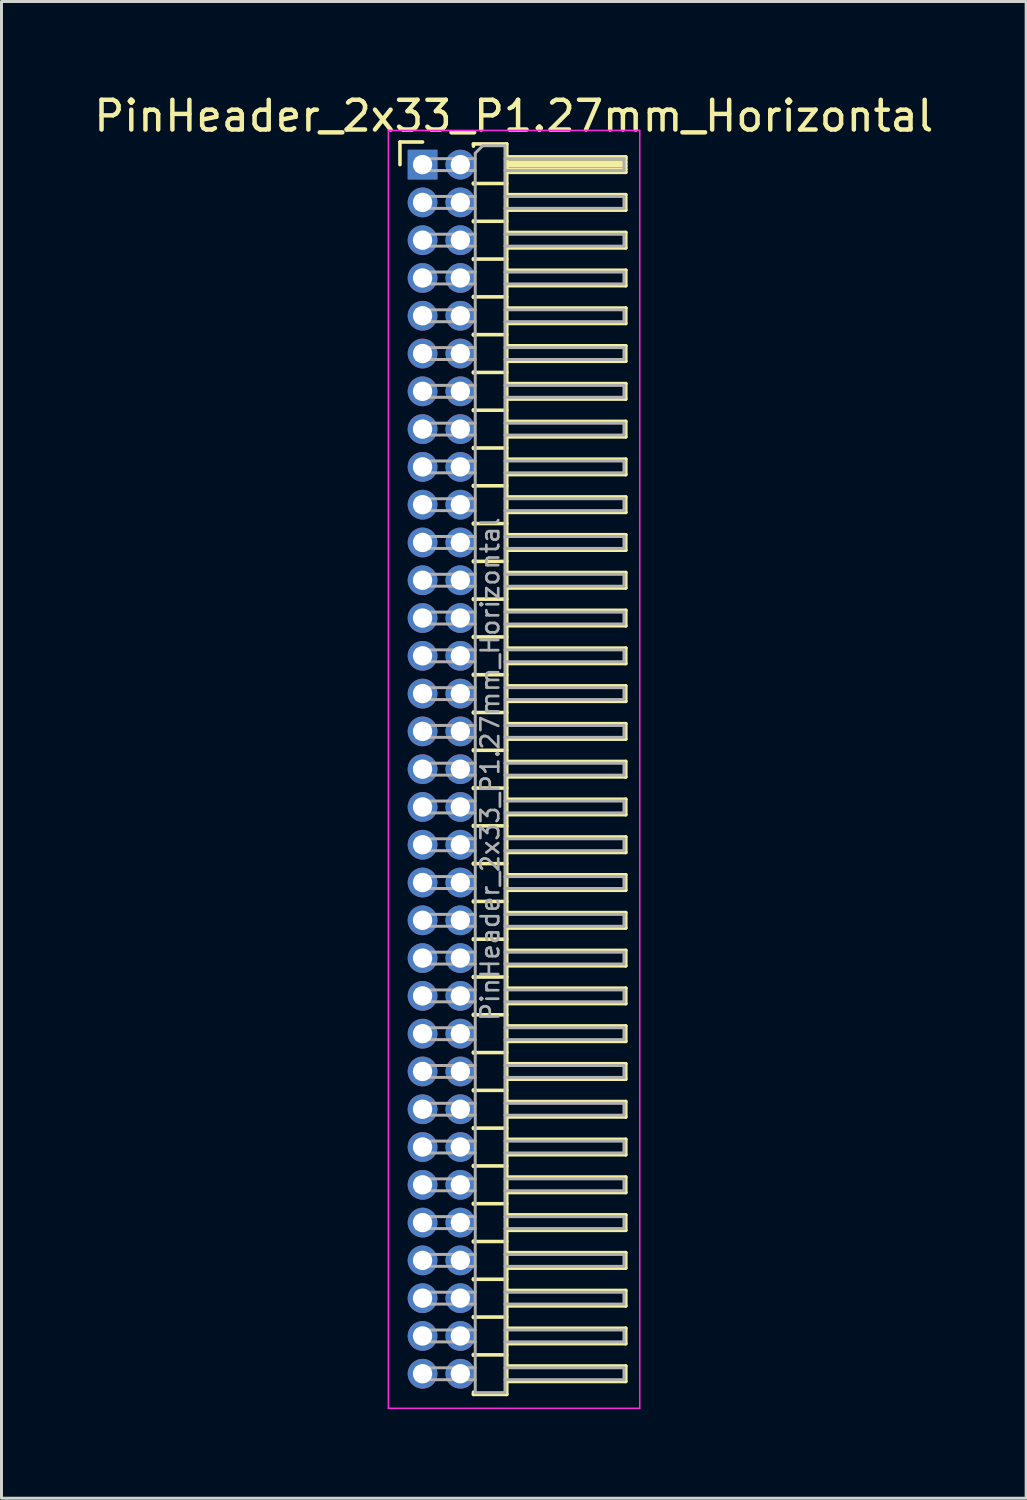
<source format=kicad_pcb>
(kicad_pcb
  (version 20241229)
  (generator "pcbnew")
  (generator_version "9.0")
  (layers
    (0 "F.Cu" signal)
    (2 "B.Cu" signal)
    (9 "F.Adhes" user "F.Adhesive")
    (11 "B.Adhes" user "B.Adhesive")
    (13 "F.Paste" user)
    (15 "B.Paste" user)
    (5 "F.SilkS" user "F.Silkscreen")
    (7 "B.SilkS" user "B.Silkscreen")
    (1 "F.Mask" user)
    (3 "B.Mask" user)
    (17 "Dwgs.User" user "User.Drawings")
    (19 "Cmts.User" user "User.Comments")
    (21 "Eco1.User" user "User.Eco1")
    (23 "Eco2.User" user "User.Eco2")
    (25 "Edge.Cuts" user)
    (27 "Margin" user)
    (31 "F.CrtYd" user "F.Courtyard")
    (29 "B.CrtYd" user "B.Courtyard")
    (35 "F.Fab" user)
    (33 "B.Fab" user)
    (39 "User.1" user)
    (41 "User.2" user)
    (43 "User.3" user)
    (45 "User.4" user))
  (footprint "PinHeader_2x33_P1.27mm_Horizontal"
    (layer "F.Cu")
    (at 11.153 2.483)
    (property "Reference" "PinHeader_2x33_P1.27mm_Horizontal" (at 3.067 -1.635 0) (layer "F.SilkS") (effects (font (size 1 1) (thickness 0.15))))
    (attr through_hole)
    (fp_line (start -0.76 -0.76) (end 0 -0.76) (stroke (width 0.12) (type solid)) (layer "F.SilkS"))
    (fp_line (start -0.76 0) (end -0.76 -0.76) (stroke (width 0.12) (type solid)) (layer "F.SilkS"))
    (fp_line (start 1.71 -0.695) (end 2.83 -0.695) (stroke (width 0.12) (type solid)) (layer "F.SilkS"))
    (fp_line (start 1.71 -0.62) (end 1.71 -0.695) (stroke (width 0.12) (type solid)) (layer "F.SilkS"))
    (fp_line (start 1.71 0.62) (end 1.71 0.65) (stroke (width 0.12) (type solid)) (layer "F.SilkS"))
    (fp_line (start 1.71 0.635) (end 2.83 0.635) (stroke (width 0.12) (type solid)) (layer "F.SilkS"))
    (fp_line (start 1.71 1.89) (end 1.71 1.92) (stroke (width 0.12) (type solid)) (layer "F.SilkS"))
    (fp_line (start 1.71 1.905) (end 2.83 1.905) (stroke (width 0.12) (type solid)) (layer "F.SilkS"))
    (fp_line (start 1.71 3.16) (end 1.71 3.19) (stroke (width 0.12) (type solid)) (layer "F.SilkS"))
    (fp_line (start 1.71 3.175) (end 2.83 3.175) (stroke (width 0.12) (type solid)) (layer "F.SilkS"))
    (fp_line (start 1.71 4.43) (end 1.71 4.46) (stroke (width 0.12) (type solid)) (layer "F.SilkS"))
    (fp_line (start 1.71 4.445) (end 2.83 4.445) (stroke (width 0.12) (type solid)) (layer "F.SilkS"))
    (fp_line (start 1.71 5.7) (end 1.71 5.73) (stroke (width 0.12) (type solid)) (layer "F.SilkS"))
    (fp_line (start 1.71 5.715) (end 2.83 5.715) (stroke (width 0.12) (type solid)) (layer "F.SilkS"))
    (fp_line (start 1.71 6.97) (end 1.71 7) (stroke (width 0.12) (type solid)) (layer "F.SilkS"))
    (fp_line (start 1.71 6.985) (end 2.83 6.985) (stroke (width 0.12) (type solid)) (layer "F.SilkS"))
    (fp_line (start 1.71 8.24) (end 1.71 8.27) (stroke (width 0.12) (type solid)) (layer "F.SilkS"))
    (fp_line (start 1.71 8.255) (end 2.83 8.255) (stroke (width 0.12) (type solid)) (layer "F.SilkS"))
    (fp_line (start 1.71 9.51) (end 1.71 9.54) (stroke (width 0.12) (type solid)) (layer "F.SilkS"))
    (fp_line (start 1.71 9.525) (end 2.83 9.525) (stroke (width 0.12) (type solid)) (layer "F.SilkS"))
    (fp_line (start 1.71 10.78) (end 1.71 10.81) (stroke (width 0.12) (type solid)) (layer "F.SilkS"))
    (fp_line (start 1.71 10.795) (end 2.83 10.795) (stroke (width 0.12) (type solid)) (layer "F.SilkS"))
    (fp_line (start 1.71 12.05) (end 1.71 12.08) (stroke (width 0.12) (type solid)) (layer "F.SilkS"))
    (fp_line (start 1.71 12.065) (end 2.83 12.065) (stroke (width 0.12) (type solid)) (layer "F.SilkS"))
    (fp_line (start 1.71 13.32) (end 1.71 13.35) (stroke (width 0.12) (type solid)) (layer "F.SilkS"))
    (fp_line (start 1.71 13.335) (end 2.83 13.335) (stroke (width 0.12) (type solid)) (layer "F.SilkS"))
    (fp_line (start 1.71 14.59) (end 1.71 14.62) (stroke (width 0.12) (type solid)) (layer "F.SilkS"))
    (fp_line (start 1.71 14.605) (end 2.83 14.605) (stroke (width 0.12) (type solid)) (layer "F.SilkS"))
    (fp_line (start 1.71 15.86) (end 1.71 15.89) (stroke (width 0.12) (type solid)) (layer "F.SilkS"))
    (fp_line (start 1.71 15.875) (end 2.83 15.875) (stroke (width 0.12) (type solid)) (layer "F.SilkS"))
    (fp_line (start 1.71 17.13) (end 1.71 17.16) (stroke (width 0.12) (type solid)) (layer "F.SilkS"))
    (fp_line (start 1.71 17.145) (end 2.83 17.145) (stroke (width 0.12) (type solid)) (layer "F.SilkS"))
    (fp_line (start 1.71 18.4) (end 1.71 18.43) (stroke (width 0.12) (type solid)) (layer "F.SilkS"))
    (fp_line (start 1.71 18.415) (end 2.83 18.415) (stroke (width 0.12) (type solid)) (layer "F.SilkS"))
    (fp_line (start 1.71 19.67) (end 1.71 19.7) (stroke (width 0.12) (type solid)) (layer "F.SilkS"))
    (fp_line (start 1.71 19.685) (end 2.83 19.685) (stroke (width 0.12) (type solid)) (layer "F.SilkS"))
    (fp_line (start 1.71 20.94) (end 1.71 20.97) (stroke (width 0.12) (type solid)) (layer "F.SilkS"))
    (fp_line (start 1.71 20.955) (end 2.83 20.955) (stroke (width 0.12) (type solid)) (layer "F.SilkS"))
    (fp_line (start 1.71 22.21) (end 1.71 22.24) (stroke (width 0.12) (type solid)) (layer "F.SilkS"))
    (fp_line (start 1.71 22.225) (end 2.83 22.225) (stroke (width 0.12) (type solid)) (layer "F.SilkS"))
    (fp_line (start 1.71 23.48) (end 1.71 23.51) (stroke (width 0.12) (type solid)) (layer "F.SilkS"))
    (fp_line (start 1.71 23.495) (end 2.83 23.495) (stroke (width 0.12) (type solid)) (layer "F.SilkS"))
    (fp_line (start 1.71 24.75) (end 1.71 24.78) (stroke (width 0.12) (type solid)) (layer "F.SilkS"))
    (fp_line (start 1.71 24.765) (end 2.83 24.765) (stroke (width 0.12) (type solid)) (layer "F.SilkS"))
    (fp_line (start 1.71 26.02) (end 1.71 26.05) (stroke (width 0.12) (type solid)) (layer "F.SilkS"))
    (fp_line (start 1.71 26.035) (end 2.83 26.035) (stroke (width 0.12) (type solid)) (layer "F.SilkS"))
    (fp_line (start 1.71 27.29) (end 1.71 27.32) (stroke (width 0.12) (type solid)) (layer "F.SilkS"))
    (fp_line (start 1.71 27.305) (end 2.83 27.305) (stroke (width 0.12) (type solid)) (layer "F.SilkS"))
    (fp_line (start 1.71 28.56) (end 1.71 28.59) (stroke (width 0.12) (type solid)) (layer "F.SilkS"))
    (fp_line (start 1.71 28.575) (end 2.83 28.575) (stroke (width 0.12) (type solid)) (layer "F.SilkS"))
    (fp_line (start 1.71 29.83) (end 1.71 29.86) (stroke (width 0.12) (type solid)) (layer "F.SilkS"))
    (fp_line (start 1.71 29.845) (end 2.83 29.845) (stroke (width 0.12) (type solid)) (layer "F.SilkS"))
    (fp_line (start 1.71 31.1) (end 1.71 31.13) (stroke (width 0.12) (type solid)) (layer "F.SilkS"))
    (fp_line (start 1.71 31.115) (end 2.83 31.115) (stroke (width 0.12) (type solid)) (layer "F.SilkS"))
    (fp_line (start 1.71 32.37) (end 1.71 32.4) (stroke (width 0.12) (type solid)) (layer "F.SilkS"))
    (fp_line (start 1.71 32.385) (end 2.83 32.385) (stroke (width 0.12) (type solid)) (layer "F.SilkS"))
    (fp_line (start 1.71 33.64) (end 1.71 33.67) (stroke (width 0.12) (type solid)) (layer "F.SilkS"))
    (fp_line (start 1.71 33.655) (end 2.83 33.655) (stroke (width 0.12) (type solid)) (layer "F.SilkS"))
    (fp_line (start 1.71 34.91) (end 1.71 34.94) (stroke (width 0.12) (type solid)) (layer "F.SilkS"))
    (fp_line (start 1.71 34.925) (end 2.83 34.925) (stroke (width 0.12) (type solid)) (layer "F.SilkS"))
    (fp_line (start 1.71 36.18) (end 1.71 36.21) (stroke (width 0.12) (type solid)) (layer "F.SilkS"))
    (fp_line (start 1.71 36.195) (end 2.83 36.195) (stroke (width 0.12) (type solid)) (layer "F.SilkS"))
    (fp_line (start 1.71 37.45) (end 1.71 37.48) (stroke (width 0.12) (type solid)) (layer "F.SilkS"))
    (fp_line (start 1.71 37.465) (end 2.83 37.465) (stroke (width 0.12) (type solid)) (layer "F.SilkS"))
    (fp_line (start 1.71 38.72) (end 1.71 38.75) (stroke (width 0.12) (type solid)) (layer "F.SilkS"))
    (fp_line (start 1.71 38.735) (end 2.83 38.735) (stroke (width 0.12) (type solid)) (layer "F.SilkS"))
    (fp_line (start 1.71 39.99) (end 1.71 40.02) (stroke (width 0.12) (type solid)) (layer "F.SilkS"))
    (fp_line (start 1.71 40.005) (end 2.83 40.005) (stroke (width 0.12) (type solid)) (layer "F.SilkS"))
    (fp_line (start 1.71 41.335) (end 1.71 41.26) (stroke (width 0.12) (type solid)) (layer "F.SilkS"))
    (fp_line (start 2.83 -0.695) (end 2.83 41.335) (stroke (width 0.12) (type solid)) (layer "F.SilkS"))
    (fp_line (start 2.83 -0.26) (end 6.83 -0.26) (stroke (width 0.12) (type solid)) (layer "F.SilkS"))
    (fp_line (start 2.83 -0.2) (end 6.83 -0.2) (stroke (width 0.12) (type solid)) (layer "F.SilkS"))
    (fp_line (start 2.83 -0.08) (end 6.83 -0.08) (stroke (width 0.12) (type solid)) (layer "F.SilkS"))
    (fp_line (start 2.83 0.04) (end 6.83 0.04) (stroke (width 0.12) (type solid)) (layer "F.SilkS"))
    (fp_line (start 2.83 0.16) (end 6.83 0.16) (stroke (width 0.12) (type solid)) (layer "F.SilkS"))
    (fp_line (start 2.83 1.01) (end 6.83 1.01) (stroke (width 0.12) (type solid)) (layer "F.SilkS"))
    (fp_line (start 2.83 2.28) (end 6.83 2.28) (stroke (width 0.12) (type solid)) (layer "F.SilkS"))
    (fp_line (start 2.83 3.55) (end 6.83 3.55) (stroke (width 0.12) (type solid)) (layer "F.SilkS"))
    (fp_line (start 2.83 4.82) (end 6.83 4.82) (stroke (width 0.12) (type solid)) (layer "F.SilkS"))
    (fp_line (start 2.83 6.09) (end 6.83 6.09) (stroke (width 0.12) (type solid)) (layer "F.SilkS"))
    (fp_line (start 2.83 7.36) (end 6.83 7.36) (stroke (width 0.12) (type solid)) (layer "F.SilkS"))
    (fp_line (start 2.83 8.63) (end 6.83 8.63) (stroke (width 0.12) (type solid)) (layer "F.SilkS"))
    (fp_line (start 2.83 9.9) (end 6.83 9.9) (stroke (width 0.12) (type solid)) (layer "F.SilkS"))
    (fp_line (start 2.83 11.17) (end 6.83 11.17) (stroke (width 0.12) (type solid)) (layer "F.SilkS"))
    (fp_line (start 2.83 12.44) (end 6.83 12.44) (stroke (width 0.12) (type solid)) (layer "F.SilkS"))
    (fp_line (start 2.83 13.71) (end 6.83 13.71) (stroke (width 0.12) (type solid)) (layer "F.SilkS"))
    (fp_line (start 2.83 14.98) (end 6.83 14.98) (stroke (width 0.12) (type solid)) (layer "F.SilkS"))
    (fp_line (start 2.83 16.25) (end 6.83 16.25) (stroke (width 0.12) (type solid)) (layer "F.SilkS"))
    (fp_line (start 2.83 17.52) (end 6.83 17.52) (stroke (width 0.12) (type solid)) (layer "F.SilkS"))
    (fp_line (start 2.83 18.79) (end 6.83 18.79) (stroke (width 0.12) (type solid)) (layer "F.SilkS"))
    (fp_line (start 2.83 20.06) (end 6.83 20.06) (stroke (width 0.12) (type solid)) (layer "F.SilkS"))
    (fp_line (start 2.83 21.33) (end 6.83 21.33) (stroke (width 0.12) (type solid)) (layer "F.SilkS"))
    (fp_line (start 2.83 22.6) (end 6.83 22.6) (stroke (width 0.12) (type solid)) (layer "F.SilkS"))
    (fp_line (start 2.83 23.87) (end 6.83 23.87) (stroke (width 0.12) (type solid)) (layer "F.SilkS"))
    (fp_line (start 2.83 25.14) (end 6.83 25.14) (stroke (width 0.12) (type solid)) (layer "F.SilkS"))
    (fp_line (start 2.83 26.41) (end 6.83 26.41) (stroke (width 0.12) (type solid)) (layer "F.SilkS"))
    (fp_line (start 2.83 27.68) (end 6.83 27.68) (stroke (width 0.12) (type solid)) (layer "F.SilkS"))
    (fp_line (start 2.83 28.95) (end 6.83 28.95) (stroke (width 0.12) (type solid)) (layer "F.SilkS"))
    (fp_line (start 2.83 30.22) (end 6.83 30.22) (stroke (width 0.12) (type solid)) (layer "F.SilkS"))
    (fp_line (start 2.83 31.49) (end 6.83 31.49) (stroke (width 0.12) (type solid)) (layer "F.SilkS"))
    (fp_line (start 2.83 32.76) (end 6.83 32.76) (stroke (width 0.12) (type solid)) (layer "F.SilkS"))
    (fp_line (start 2.83 34.03) (end 6.83 34.03) (stroke (width 0.12) (type solid)) (layer "F.SilkS"))
    (fp_line (start 2.83 35.3) (end 6.83 35.3) (stroke (width 0.12) (type solid)) (layer "F.SilkS"))
    (fp_line (start 2.83 36.57) (end 6.83 36.57) (stroke (width 0.12) (type solid)) (layer "F.SilkS"))
    (fp_line (start 2.83 37.84) (end 6.83 37.84) (stroke (width 0.12) (type solid)) (layer "F.SilkS"))
    (fp_line (start 2.83 39.11) (end 6.83 39.11) (stroke (width 0.12) (type solid)) (layer "F.SilkS"))
    (fp_line (start 2.83 40.38) (end 6.83 40.38) (stroke (width 0.12) (type solid)) (layer "F.SilkS"))
    (fp_line (start 2.83 41.335) (end 1.71 41.335) (stroke (width 0.12) (type solid)) (layer "F.SilkS"))
    (fp_line (start 6.83 -0.26) (end 6.83 0.26) (stroke (width 0.12) (type solid)) (layer "F.SilkS"))
    (fp_line (start 6.83 0.26) (end 2.83 0.26) (stroke (width 0.12) (type solid)) (layer "F.SilkS"))
    (fp_line (start 6.83 1.01) (end 6.83 1.53) (stroke (width 0.12) (type solid)) (layer "F.SilkS"))
    (fp_line (start 6.83 1.53) (end 2.83 1.53) (stroke (width 0.12) (type solid)) (layer "F.SilkS"))
    (fp_line (start 6.83 2.28) (end 6.83 2.8) (stroke (width 0.12) (type solid)) (layer "F.SilkS"))
    (fp_line (start 6.83 2.8) (end 2.83 2.8) (stroke (width 0.12) (type solid)) (layer "F.SilkS"))
    (fp_line (start 6.83 3.55) (end 6.83 4.07) (stroke (width 0.12) (type solid)) (layer "F.SilkS"))
    (fp_line (start 6.83 4.07) (end 2.83 4.07) (stroke (width 0.12) (type solid)) (layer "F.SilkS"))
    (fp_line (start 6.83 4.82) (end 6.83 5.34) (stroke (width 0.12) (type solid)) (layer "F.SilkS"))
    (fp_line (start 6.83 5.34) (end 2.83 5.34) (stroke (width 0.12) (type solid)) (layer "F.SilkS"))
    (fp_line (start 6.83 6.09) (end 6.83 6.61) (stroke (width 0.12) (type solid)) (layer "F.SilkS"))
    (fp_line (start 6.83 6.61) (end 2.83 6.61) (stroke (width 0.12) (type solid)) (layer "F.SilkS"))
    (fp_line (start 6.83 7.36) (end 6.83 7.88) (stroke (width 0.12) (type solid)) (layer "F.SilkS"))
    (fp_line (start 6.83 7.88) (end 2.83 7.88) (stroke (width 0.12) (type solid)) (layer "F.SilkS"))
    (fp_line (start 6.83 8.63) (end 6.83 9.15) (stroke (width 0.12) (type solid)) (layer "F.SilkS"))
    (fp_line (start 6.83 9.15) (end 2.83 9.15) (stroke (width 0.12) (type solid)) (layer "F.SilkS"))
    (fp_line (start 6.83 9.9) (end 6.83 10.42) (stroke (width 0.12) (type solid)) (layer "F.SilkS"))
    (fp_line (start 6.83 10.42) (end 2.83 10.42) (stroke (width 0.12) (type solid)) (layer "F.SilkS"))
    (fp_line (start 6.83 11.17) (end 6.83 11.69) (stroke (width 0.12) (type solid)) (layer "F.SilkS"))
    (fp_line (start 6.83 11.69) (end 2.83 11.69) (stroke (width 0.12) (type solid)) (layer "F.SilkS"))
    (fp_line (start 6.83 12.44) (end 6.83 12.96) (stroke (width 0.12) (type solid)) (layer "F.SilkS"))
    (fp_line (start 6.83 12.96) (end 2.83 12.96) (stroke (width 0.12) (type solid)) (layer "F.SilkS"))
    (fp_line (start 6.83 13.71) (end 6.83 14.23) (stroke (width 0.12) (type solid)) (layer "F.SilkS"))
    (fp_line (start 6.83 14.23) (end 2.83 14.23) (stroke (width 0.12) (type solid)) (layer "F.SilkS"))
    (fp_line (start 6.83 14.98) (end 6.83 15.5) (stroke (width 0.12) (type solid)) (layer "F.SilkS"))
    (fp_line (start 6.83 15.5) (end 2.83 15.5) (stroke (width 0.12) (type solid)) (layer "F.SilkS"))
    (fp_line (start 6.83 16.25) (end 6.83 16.77) (stroke (width 0.12) (type solid)) (layer "F.SilkS"))
    (fp_line (start 6.83 16.77) (end 2.83 16.77) (stroke (width 0.12) (type solid)) (layer "F.SilkS"))
    (fp_line (start 6.83 17.52) (end 6.83 18.04) (stroke (width 0.12) (type solid)) (layer "F.SilkS"))
    (fp_line (start 6.83 18.04) (end 2.83 18.04) (stroke (width 0.12) (type solid)) (layer "F.SilkS"))
    (fp_line (start 6.83 18.79) (end 6.83 19.31) (stroke (width 0.12) (type solid)) (layer "F.SilkS"))
    (fp_line (start 6.83 19.31) (end 2.83 19.31) (stroke (width 0.12) (type solid)) (layer "F.SilkS"))
    (fp_line (start 6.83 20.06) (end 6.83 20.58) (stroke (width 0.12) (type solid)) (layer "F.SilkS"))
    (fp_line (start 6.83 20.58) (end 2.83 20.58) (stroke (width 0.12) (type solid)) (layer "F.SilkS"))
    (fp_line (start 6.83 21.33) (end 6.83 21.85) (stroke (width 0.12) (type solid)) (layer "F.SilkS"))
    (fp_line (start 6.83 21.85) (end 2.83 21.85) (stroke (width 0.12) (type solid)) (layer "F.SilkS"))
    (fp_line (start 6.83 22.6) (end 6.83 23.12) (stroke (width 0.12) (type solid)) (layer "F.SilkS"))
    (fp_line (start 6.83 23.12) (end 2.83 23.12) (stroke (width 0.12) (type solid)) (layer "F.SilkS"))
    (fp_line (start 6.83 23.87) (end 6.83 24.39) (stroke (width 0.12) (type solid)) (layer "F.SilkS"))
    (fp_line (start 6.83 24.39) (end 2.83 24.39) (stroke (width 0.12) (type solid)) (layer "F.SilkS"))
    (fp_line (start 6.83 25.14) (end 6.83 25.66) (stroke (width 0.12) (type solid)) (layer "F.SilkS"))
    (fp_line (start 6.83 25.66) (end 2.83 25.66) (stroke (width 0.12) (type solid)) (layer "F.SilkS"))
    (fp_line (start 6.83 26.41) (end 6.83 26.93) (stroke (width 0.12) (type solid)) (layer "F.SilkS"))
    (fp_line (start 6.83 26.93) (end 2.83 26.93) (stroke (width 0.12) (type solid)) (layer "F.SilkS"))
    (fp_line (start 6.83 27.68) (end 6.83 28.2) (stroke (width 0.12) (type solid)) (layer "F.SilkS"))
    (fp_line (start 6.83 28.2) (end 2.83 28.2) (stroke (width 0.12) (type solid)) (layer "F.SilkS"))
    (fp_line (start 6.83 28.95) (end 6.83 29.47) (stroke (width 0.12) (type solid)) (layer "F.SilkS"))
    (fp_line (start 6.83 29.47) (end 2.83 29.47) (stroke (width 0.12) (type solid)) (layer "F.SilkS"))
    (fp_line (start 6.83 30.22) (end 6.83 30.74) (stroke (width 0.12) (type solid)) (layer "F.SilkS"))
    (fp_line (start 6.83 30.74) (end 2.83 30.74) (stroke (width 0.12) (type solid)) (layer "F.SilkS"))
    (fp_line (start 6.83 31.49) (end 6.83 32.01) (stroke (width 0.12) (type solid)) (layer "F.SilkS"))
    (fp_line (start 6.83 32.01) (end 2.83 32.01) (stroke (width 0.12) (type solid)) (layer "F.SilkS"))
    (fp_line (start 6.83 32.76) (end 6.83 33.28) (stroke (width 0.12) (type solid)) (layer "F.SilkS"))
    (fp_line (start 6.83 33.28) (end 2.83 33.28) (stroke (width 0.12) (type solid)) (layer "F.SilkS"))
    (fp_line (start 6.83 34.03) (end 6.83 34.55) (stroke (width 0.12) (type solid)) (layer "F.SilkS"))
    (fp_line (start 6.83 34.55) (end 2.83 34.55) (stroke (width 0.12) (type solid)) (layer "F.SilkS"))
    (fp_line (start 6.83 35.3) (end 6.83 35.82) (stroke (width 0.12) (type solid)) (layer "F.SilkS"))
    (fp_line (start 6.83 35.82) (end 2.83 35.82) (stroke (width 0.12) (type solid)) (layer "F.SilkS"))
    (fp_line (start 6.83 36.57) (end 6.83 37.09) (stroke (width 0.12) (type solid)) (layer "F.SilkS"))
    (fp_line (start 6.83 37.09) (end 2.83 37.09) (stroke (width 0.12) (type solid)) (layer "F.SilkS"))
    (fp_line (start 6.83 37.84) (end 6.83 38.36) (stroke (width 0.12) (type solid)) (layer "F.SilkS"))
    (fp_line (start 6.83 38.36) (end 2.83 38.36) (stroke (width 0.12) (type solid)) (layer "F.SilkS"))
    (fp_line (start 6.83 39.11) (end 6.83 39.63) (stroke (width 0.12) (type solid)) (layer "F.SilkS"))
    (fp_line (start 6.83 39.63) (end 2.83 39.63) (stroke (width 0.12) (type solid)) (layer "F.SilkS"))
    (fp_line (start 6.83 40.38) (end 6.83 40.9) (stroke (width 0.12) (type solid)) (layer "F.SilkS"))
    (fp_line (start 6.83 40.9) (end 2.83 40.9) (stroke (width 0.12) (type solid)) (layer "F.SilkS"))
    (fp_line (start -1.15 -1.15) (end -1.15 41.8) (stroke (width 0.05) (type solid)) (layer "F.CrtYd"))
    (fp_line (start -1.15 41.8) (end 7.3 41.8) (stroke (width 0.05) (type solid)) (layer "F.CrtYd"))
    (fp_line (start 7.3 -1.15) (end -1.15 -1.15) (stroke (width 0.05) (type solid)) (layer "F.CrtYd"))
    (fp_line (start 7.3 41.8) (end 7.3 -1.15) (stroke (width 0.05) (type solid)) (layer "F.CrtYd"))
    (fp_line (start -0.2 -0.2) (end -0.2 0.2) (stroke (width 0.1) (type solid)) (layer "F.Fab"))
    (fp_line (start -0.2 -0.2) (end 1.77 -0.2) (stroke (width 0.1) (type solid)) (layer "F.Fab"))
    (fp_line (start -0.2 0.2) (end 1.77 0.2) (stroke (width 0.1) (type solid)) (layer "F.Fab"))
    (fp_line (start -0.2 1.07) (end -0.2 1.47) (stroke (width 0.1) (type solid)) (layer "F.Fab"))
    (fp_line (start -0.2 1.07) (end 1.77 1.07) (stroke (width 0.1) (type solid)) (layer "F.Fab"))
    (fp_line (start -0.2 1.47) (end 1.77 1.47) (stroke (width 0.1) (type solid)) (layer "F.Fab"))
    (fp_line (start -0.2 2.34) (end -0.2 2.74) (stroke (width 0.1) (type solid)) (layer "F.Fab"))
    (fp_line (start -0.2 2.34) (end 1.77 2.34) (stroke (width 0.1) (type solid)) (layer "F.Fab"))
    (fp_line (start -0.2 2.74) (end 1.77 2.74) (stroke (width 0.1) (type solid)) (layer "F.Fab"))
    (fp_line (start -0.2 3.61) (end -0.2 4.01) (stroke (width 0.1) (type solid)) (layer "F.Fab"))
    (fp_line (start -0.2 3.61) (end 1.77 3.61) (stroke (width 0.1) (type solid)) (layer "F.Fab"))
    (fp_line (start -0.2 4.01) (end 1.77 4.01) (stroke (width 0.1) (type solid)) (layer "F.Fab"))
    (fp_line (start -0.2 4.88) (end -0.2 5.28) (stroke (width 0.1) (type solid)) (layer "F.Fab"))
    (fp_line (start -0.2 4.88) (end 1.77 4.88) (stroke (width 0.1) (type solid)) (layer "F.Fab"))
    (fp_line (start -0.2 5.28) (end 1.77 5.28) (stroke (width 0.1) (type solid)) (layer "F.Fab"))
    (fp_line (start -0.2 6.15) (end -0.2 6.55) (stroke (width 0.1) (type solid)) (layer "F.Fab"))
    (fp_line (start -0.2 6.15) (end 1.77 6.15) (stroke (width 0.1) (type solid)) (layer "F.Fab"))
    (fp_line (start -0.2 6.55) (end 1.77 6.55) (stroke (width 0.1) (type solid)) (layer "F.Fab"))
    (fp_line (start -0.2 7.42) (end -0.2 7.82) (stroke (width 0.1) (type solid)) (layer "F.Fab"))
    (fp_line (start -0.2 7.42) (end 1.77 7.42) (stroke (width 0.1) (type solid)) (layer "F.Fab"))
    (fp_line (start -0.2 7.82) (end 1.77 7.82) (stroke (width 0.1) (type solid)) (layer "F.Fab"))
    (fp_line (start -0.2 8.69) (end -0.2 9.09) (stroke (width 0.1) (type solid)) (layer "F.Fab"))
    (fp_line (start -0.2 8.69) (end 1.77 8.69) (stroke (width 0.1) (type solid)) (layer "F.Fab"))
    (fp_line (start -0.2 9.09) (end 1.77 9.09) (stroke (width 0.1) (type solid)) (layer "F.Fab"))
    (fp_line (start -0.2 9.96) (end -0.2 10.36) (stroke (width 0.1) (type solid)) (layer "F.Fab"))
    (fp_line (start -0.2 9.96) (end 1.77 9.96) (stroke (width 0.1) (type solid)) (layer "F.Fab"))
    (fp_line (start -0.2 10.36) (end 1.77 10.36) (stroke (width 0.1) (type solid)) (layer "F.Fab"))
    (fp_line (start -0.2 11.23) (end -0.2 11.63) (stroke (width 0.1) (type solid)) (layer "F.Fab"))
    (fp_line (start -0.2 11.23) (end 1.77 11.23) (stroke (width 0.1) (type solid)) (layer "F.Fab"))
    (fp_line (start -0.2 11.63) (end 1.77 11.63) (stroke (width 0.1) (type solid)) (layer "F.Fab"))
    (fp_line (start -0.2 12.5) (end -0.2 12.9) (stroke (width 0.1) (type solid)) (layer "F.Fab"))
    (fp_line (start -0.2 12.5) (end 1.77 12.5) (stroke (width 0.1) (type solid)) (layer "F.Fab"))
    (fp_line (start -0.2 12.9) (end 1.77 12.9) (stroke (width 0.1) (type solid)) (layer "F.Fab"))
    (fp_line (start -0.2 13.77) (end -0.2 14.17) (stroke (width 0.1) (type solid)) (layer "F.Fab"))
    (fp_line (start -0.2 13.77) (end 1.77 13.77) (stroke (width 0.1) (type solid)) (layer "F.Fab"))
    (fp_line (start -0.2 14.17) (end 1.77 14.17) (stroke (width 0.1) (type solid)) (layer "F.Fab"))
    (fp_line (start -0.2 15.04) (end -0.2 15.44) (stroke (width 0.1) (type solid)) (layer "F.Fab"))
    (fp_line (start -0.2 15.04) (end 1.77 15.04) (stroke (width 0.1) (type solid)) (layer "F.Fab"))
    (fp_line (start -0.2 15.44) (end 1.77 15.44) (stroke (width 0.1) (type solid)) (layer "F.Fab"))
    (fp_line (start -0.2 16.31) (end -0.2 16.71) (stroke (width 0.1) (type solid)) (layer "F.Fab"))
    (fp_line (start -0.2 16.31) (end 1.77 16.31) (stroke (width 0.1) (type solid)) (layer "F.Fab"))
    (fp_line (start -0.2 16.71) (end 1.77 16.71) (stroke (width 0.1) (type solid)) (layer "F.Fab"))
    (fp_line (start -0.2 17.58) (end -0.2 17.98) (stroke (width 0.1) (type solid)) (layer "F.Fab"))
    (fp_line (start -0.2 17.58) (end 1.77 17.58) (stroke (width 0.1) (type solid)) (layer "F.Fab"))
    (fp_line (start -0.2 17.98) (end 1.77 17.98) (stroke (width 0.1) (type solid)) (layer "F.Fab"))
    (fp_line (start -0.2 18.85) (end -0.2 19.25) (stroke (width 0.1) (type solid)) (layer "F.Fab"))
    (fp_line (start -0.2 18.85) (end 1.77 18.85) (stroke (width 0.1) (type solid)) (layer "F.Fab"))
    (fp_line (start -0.2 19.25) (end 1.77 19.25) (stroke (width 0.1) (type solid)) (layer "F.Fab"))
    (fp_line (start -0.2 20.12) (end -0.2 20.52) (stroke (width 0.1) (type solid)) (layer "F.Fab"))
    (fp_line (start -0.2 20.12) (end 1.77 20.12) (stroke (width 0.1) (type solid)) (layer "F.Fab"))
    (fp_line (start -0.2 20.52) (end 1.77 20.52) (stroke (width 0.1) (type solid)) (layer "F.Fab"))
    (fp_line (start -0.2 21.39) (end -0.2 21.79) (stroke (width 0.1) (type solid)) (layer "F.Fab"))
    (fp_line (start -0.2 21.39) (end 1.77 21.39) (stroke (width 0.1) (type solid)) (layer "F.Fab"))
    (fp_line (start -0.2 21.79) (end 1.77 21.79) (stroke (width 0.1) (type solid)) (layer "F.Fab"))
    (fp_line (start -0.2 22.66) (end -0.2 23.06) (stroke (width 0.1) (type solid)) (layer "F.Fab"))
    (fp_line (start -0.2 22.66) (end 1.77 22.66) (stroke (width 0.1) (type solid)) (layer "F.Fab"))
    (fp_line (start -0.2 23.06) (end 1.77 23.06) (stroke (width 0.1) (type solid)) (layer "F.Fab"))
    (fp_line (start -0.2 23.93) (end -0.2 24.33) (stroke (width 0.1) (type solid)) (layer "F.Fab"))
    (fp_line (start -0.2 23.93) (end 1.77 23.93) (stroke (width 0.1) (type solid)) (layer "F.Fab"))
    (fp_line (start -0.2 24.33) (end 1.77 24.33) (stroke (width 0.1) (type solid)) (layer "F.Fab"))
    (fp_line (start -0.2 25.2) (end -0.2 25.6) (stroke (width 0.1) (type solid)) (layer "F.Fab"))
    (fp_line (start -0.2 25.2) (end 1.77 25.2) (stroke (width 0.1) (type solid)) (layer "F.Fab"))
    (fp_line (start -0.2 25.6) (end 1.77 25.6) (stroke (width 0.1) (type solid)) (layer "F.Fab"))
    (fp_line (start -0.2 26.47) (end -0.2 26.87) (stroke (width 0.1) (type solid)) (layer "F.Fab"))
    (fp_line (start -0.2 26.47) (end 1.77 26.47) (stroke (width 0.1) (type solid)) (layer "F.Fab"))
    (fp_line (start -0.2 26.87) (end 1.77 26.87) (stroke (width 0.1) (type solid)) (layer "F.Fab"))
    (fp_line (start -0.2 27.74) (end -0.2 28.14) (stroke (width 0.1) (type solid)) (layer "F.Fab"))
    (fp_line (start -0.2 27.74) (end 1.77 27.74) (stroke (width 0.1) (type solid)) (layer "F.Fab"))
    (fp_line (start -0.2 28.14) (end 1.77 28.14) (stroke (width 0.1) (type solid)) (layer "F.Fab"))
    (fp_line (start -0.2 29.01) (end -0.2 29.41) (stroke (width 0.1) (type solid)) (layer "F.Fab"))
    (fp_line (start -0.2 29.01) (end 1.77 29.01) (stroke (width 0.1) (type solid)) (layer "F.Fab"))
    (fp_line (start -0.2 29.41) (end 1.77 29.41) (stroke (width 0.1) (type solid)) (layer "F.Fab"))
    (fp_line (start -0.2 30.28) (end -0.2 30.68) (stroke (width 0.1) (type solid)) (layer "F.Fab"))
    (fp_line (start -0.2 30.28) (end 1.77 30.28) (stroke (width 0.1) (type solid)) (layer "F.Fab"))
    (fp_line (start -0.2 30.68) (end 1.77 30.68) (stroke (width 0.1) (type solid)) (layer "F.Fab"))
    (fp_line (start -0.2 31.55) (end -0.2 31.95) (stroke (width 0.1) (type solid)) (layer "F.Fab"))
    (fp_line (start -0.2 31.55) (end 1.77 31.55) (stroke (width 0.1) (type solid)) (layer "F.Fab"))
    (fp_line (start -0.2 31.95) (end 1.77 31.95) (stroke (width 0.1) (type solid)) (layer "F.Fab"))
    (fp_line (start -0.2 32.82) (end -0.2 33.22) (stroke (width 0.1) (type solid)) (layer "F.Fab"))
    (fp_line (start -0.2 32.82) (end 1.77 32.82) (stroke (width 0.1) (type solid)) (layer "F.Fab"))
    (fp_line (start -0.2 33.22) (end 1.77 33.22) (stroke (width 0.1) (type solid)) (layer "F.Fab"))
    (fp_line (start -0.2 34.09) (end -0.2 34.49) (stroke (width 0.1) (type solid)) (layer "F.Fab"))
    (fp_line (start -0.2 34.09) (end 1.77 34.09) (stroke (width 0.1) (type solid)) (layer "F.Fab"))
    (fp_line (start -0.2 34.49) (end 1.77 34.49) (stroke (width 0.1) (type solid)) (layer "F.Fab"))
    (fp_line (start -0.2 35.36) (end -0.2 35.76) (stroke (width 0.1) (type solid)) (layer "F.Fab"))
    (fp_line (start -0.2 35.36) (end 1.77 35.36) (stroke (width 0.1) (type solid)) (layer "F.Fab"))
    (fp_line (start -0.2 35.76) (end 1.77 35.76) (stroke (width 0.1) (type solid)) (layer "F.Fab"))
    (fp_line (start -0.2 36.63) (end -0.2 37.03) (stroke (width 0.1) (type solid)) (layer "F.Fab"))
    (fp_line (start -0.2 36.63) (end 1.77 36.63) (stroke (width 0.1) (type solid)) (layer "F.Fab"))
    (fp_line (start -0.2 37.03) (end 1.77 37.03) (stroke (width 0.1) (type solid)) (layer "F.Fab"))
    (fp_line (start -0.2 37.9) (end -0.2 38.3) (stroke (width 0.1) (type solid)) (layer "F.Fab"))
    (fp_line (start -0.2 37.9) (end 1.77 37.9) (stroke (width 0.1) (type solid)) (layer "F.Fab"))
    (fp_line (start -0.2 38.3) (end 1.77 38.3) (stroke (width 0.1) (type solid)) (layer "F.Fab"))
    (fp_line (start -0.2 39.17) (end -0.2 39.57) (stroke (width 0.1) (type solid)) (layer "F.Fab"))
    (fp_line (start -0.2 39.17) (end 1.77 39.17) (stroke (width 0.1) (type solid)) (layer "F.Fab"))
    (fp_line (start -0.2 39.57) (end 1.77 39.57) (stroke (width 0.1) (type solid)) (layer "F.Fab"))
    (fp_line (start -0.2 40.44) (end -0.2 40.84) (stroke (width 0.1) (type solid)) (layer "F.Fab"))
    (fp_line (start -0.2 40.44) (end 1.77 40.44) (stroke (width 0.1) (type solid)) (layer "F.Fab"))
    (fp_line (start -0.2 40.84) (end 1.77 40.84) (stroke (width 0.1) (type solid)) (layer "F.Fab"))
    (fp_line (start 1.77 -0.385) (end 2.02 -0.635) (stroke (width 0.1) (type solid)) (layer "F.Fab"))
    (fp_line (start 1.77 41.275) (end 1.77 -0.385) (stroke (width 0.1) (type solid)) (layer "F.Fab"))
    (fp_line (start 2.02 -0.635) (end 2.77 -0.635) (stroke (width 0.1) (type solid)) (layer "F.Fab"))
    (fp_line (start 2.77 -0.635) (end 2.77 41.275) (stroke (width 0.1) (type solid)) (layer "F.Fab"))
    (fp_line (start 2.77 -0.2) (end 6.77 -0.2) (stroke (width 0.1) (type solid)) (layer "F.Fab"))
    (fp_line (start 2.77 0.2) (end 6.77 0.2) (stroke (width 0.1) (type solid)) (layer "F.Fab"))
    (fp_line (start 2.77 1.07) (end 6.77 1.07) (stroke (width 0.1) (type solid)) (layer "F.Fab"))
    (fp_line (start 2.77 1.47) (end 6.77 1.47) (stroke (width 0.1) (type solid)) (layer "F.Fab"))
    (fp_line (start 2.77 2.34) (end 6.77 2.34) (stroke (width 0.1) (type solid)) (layer "F.Fab"))
    (fp_line (start 2.77 2.74) (end 6.77 2.74) (stroke (width 0.1) (type solid)) (layer "F.Fab"))
    (fp_line (start 2.77 3.61) (end 6.77 3.61) (stroke (width 0.1) (type solid)) (layer "F.Fab"))
    (fp_line (start 2.77 4.01) (end 6.77 4.01) (stroke (width 0.1) (type solid)) (layer "F.Fab"))
    (fp_line (start 2.77 4.88) (end 6.77 4.88) (stroke (width 0.1) (type solid)) (layer "F.Fab"))
    (fp_line (start 2.77 5.28) (end 6.77 5.28) (stroke (width 0.1) (type solid)) (layer "F.Fab"))
    (fp_line (start 2.77 6.15) (end 6.77 6.15) (stroke (width 0.1) (type solid)) (layer "F.Fab"))
    (fp_line (start 2.77 6.55) (end 6.77 6.55) (stroke (width 0.1) (type solid)) (layer "F.Fab"))
    (fp_line (start 2.77 7.42) (end 6.77 7.42) (stroke (width 0.1) (type solid)) (layer "F.Fab"))
    (fp_line (start 2.77 7.82) (end 6.77 7.82) (stroke (width 0.1) (type solid)) (layer "F.Fab"))
    (fp_line (start 2.77 8.69) (end 6.77 8.69) (stroke (width 0.1) (type solid)) (layer "F.Fab"))
    (fp_line (start 2.77 9.09) (end 6.77 9.09) (stroke (width 0.1) (type solid)) (layer "F.Fab"))
    (fp_line (start 2.77 9.96) (end 6.77 9.96) (stroke (width 0.1) (type solid)) (layer "F.Fab"))
    (fp_line (start 2.77 10.36) (end 6.77 10.36) (stroke (width 0.1) (type solid)) (layer "F.Fab"))
    (fp_line (start 2.77 11.23) (end 6.77 11.23) (stroke (width 0.1) (type solid)) (layer "F.Fab"))
    (fp_line (start 2.77 11.63) (end 6.77 11.63) (stroke (width 0.1) (type solid)) (layer "F.Fab"))
    (fp_line (start 2.77 12.5) (end 6.77 12.5) (stroke (width 0.1) (type solid)) (layer "F.Fab"))
    (fp_line (start 2.77 12.9) (end 6.77 12.9) (stroke (width 0.1) (type solid)) (layer "F.Fab"))
    (fp_line (start 2.77 13.77) (end 6.77 13.77) (stroke (width 0.1) (type solid)) (layer "F.Fab"))
    (fp_line (start 2.77 14.17) (end 6.77 14.17) (stroke (width 0.1) (type solid)) (layer "F.Fab"))
    (fp_line (start 2.77 15.04) (end 6.77 15.04) (stroke (width 0.1) (type solid)) (layer "F.Fab"))
    (fp_line (start 2.77 15.44) (end 6.77 15.44) (stroke (width 0.1) (type solid)) (layer "F.Fab"))
    (fp_line (start 2.77 16.31) (end 6.77 16.31) (stroke (width 0.1) (type solid)) (layer "F.Fab"))
    (fp_line (start 2.77 16.71) (end 6.77 16.71) (stroke (width 0.1) (type solid)) (layer "F.Fab"))
    (fp_line (start 2.77 17.58) (end 6.77 17.58) (stroke (width 0.1) (type solid)) (layer "F.Fab"))
    (fp_line (start 2.77 17.98) (end 6.77 17.98) (stroke (width 0.1) (type solid)) (layer "F.Fab"))
    (fp_line (start 2.77 18.85) (end 6.77 18.85) (stroke (width 0.1) (type solid)) (layer "F.Fab"))
    (fp_line (start 2.77 19.25) (end 6.77 19.25) (stroke (width 0.1) (type solid)) (layer "F.Fab"))
    (fp_line (start 2.77 20.12) (end 6.77 20.12) (stroke (width 0.1) (type solid)) (layer "F.Fab"))
    (fp_line (start 2.77 20.52) (end 6.77 20.52) (stroke (width 0.1) (type solid)) (layer "F.Fab"))
    (fp_line (start 2.77 21.39) (end 6.77 21.39) (stroke (width 0.1) (type solid)) (layer "F.Fab"))
    (fp_line (start 2.77 21.79) (end 6.77 21.79) (stroke (width 0.1) (type solid)) (layer "F.Fab"))
    (fp_line (start 2.77 22.66) (end 6.77 22.66) (stroke (width 0.1) (type solid)) (layer "F.Fab"))
    (fp_line (start 2.77 23.06) (end 6.77 23.06) (stroke (width 0.1) (type solid)) (layer "F.Fab"))
    (fp_line (start 2.77 23.93) (end 6.77 23.93) (stroke (width 0.1) (type solid)) (layer "F.Fab"))
    (fp_line (start 2.77 24.33) (end 6.77 24.33) (stroke (width 0.1) (type solid)) (layer "F.Fab"))
    (fp_line (start 2.77 25.2) (end 6.77 25.2) (stroke (width 0.1) (type solid)) (layer "F.Fab"))
    (fp_line (start 2.77 25.6) (end 6.77 25.6) (stroke (width 0.1) (type solid)) (layer "F.Fab"))
    (fp_line (start 2.77 26.47) (end 6.77 26.47) (stroke (width 0.1) (type solid)) (layer "F.Fab"))
    (fp_line (start 2.77 26.87) (end 6.77 26.87) (stroke (width 0.1) (type solid)) (layer "F.Fab"))
    (fp_line (start 2.77 27.74) (end 6.77 27.74) (stroke (width 0.1) (type solid)) (layer "F.Fab"))
    (fp_line (start 2.77 28.14) (end 6.77 28.14) (stroke (width 0.1) (type solid)) (layer "F.Fab"))
    (fp_line (start 2.77 29.01) (end 6.77 29.01) (stroke (width 0.1) (type solid)) (layer "F.Fab"))
    (fp_line (start 2.77 29.41) (end 6.77 29.41) (stroke (width 0.1) (type solid)) (layer "F.Fab"))
    (fp_line (start 2.77 30.28) (end 6.77 30.28) (stroke (width 0.1) (type solid)) (layer "F.Fab"))
    (fp_line (start 2.77 30.68) (end 6.77 30.68) (stroke (width 0.1) (type solid)) (layer "F.Fab"))
    (fp_line (start 2.77 31.55) (end 6.77 31.55) (stroke (width 0.1) (type solid)) (layer "F.Fab"))
    (fp_line (start 2.77 31.95) (end 6.77 31.95) (stroke (width 0.1) (type solid)) (layer "F.Fab"))
    (fp_line (start 2.77 32.82) (end 6.77 32.82) (stroke (width 0.1) (type solid)) (layer "F.Fab"))
    (fp_line (start 2.77 33.22) (end 6.77 33.22) (stroke (width 0.1) (type solid)) (layer "F.Fab"))
    (fp_line (start 2.77 34.09) (end 6.77 34.09) (stroke (width 0.1) (type solid)) (layer "F.Fab"))
    (fp_line (start 2.77 34.49) (end 6.77 34.49) (stroke (width 0.1) (type solid)) (layer "F.Fab"))
    (fp_line (start 2.77 35.36) (end 6.77 35.36) (stroke (width 0.1) (type solid)) (layer "F.Fab"))
    (fp_line (start 2.77 35.76) (end 6.77 35.76) (stroke (width 0.1) (type solid)) (layer "F.Fab"))
    (fp_line (start 2.77 36.63) (end 6.77 36.63) (stroke (width 0.1) (type solid)) (layer "F.Fab"))
    (fp_line (start 2.77 37.03) (end 6.77 37.03) (stroke (width 0.1) (type solid)) (layer "F.Fab"))
    (fp_line (start 2.77 37.9) (end 6.77 37.9) (stroke (width 0.1) (type solid)) (layer "F.Fab"))
    (fp_line (start 2.77 38.3) (end 6.77 38.3) (stroke (width 0.1) (type solid)) (layer "F.Fab"))
    (fp_line (start 2.77 39.17) (end 6.77 39.17) (stroke (width 0.1) (type solid)) (layer "F.Fab"))
    (fp_line (start 2.77 39.57) (end 6.77 39.57) (stroke (width 0.1) (type solid)) (layer "F.Fab"))
    (fp_line (start 2.77 40.44) (end 6.77 40.44) (stroke (width 0.1) (type solid)) (layer "F.Fab"))
    (fp_line (start 2.77 40.84) (end 6.77 40.84) (stroke (width 0.1) (type solid)) (layer "F.Fab"))
    (fp_line (start 2.77 41.275) (end 1.77 41.275) (stroke (width 0.1) (type solid)) (layer "F.Fab"))
    (fp_line (start 6.77 -0.2) (end 6.77 0.2) (stroke (width 0.1) (type solid)) (layer "F.Fab"))
    (fp_line (start 6.77 1.07) (end 6.77 1.47) (stroke (width 0.1) (type solid)) (layer "F.Fab"))
    (fp_line (start 6.77 2.34) (end 6.77 2.74) (stroke (width 0.1) (type solid)) (layer "F.Fab"))
    (fp_line (start 6.77 3.61) (end 6.77 4.01) (stroke (width 0.1) (type solid)) (layer "F.Fab"))
    (fp_line (start 6.77 4.88) (end 6.77 5.28) (stroke (width 0.1) (type solid)) (layer "F.Fab"))
    (fp_line (start 6.77 6.15) (end 6.77 6.55) (stroke (width 0.1) (type solid)) (layer "F.Fab"))
    (fp_line (start 6.77 7.42) (end 6.77 7.82) (stroke (width 0.1) (type solid)) (layer "F.Fab"))
    (fp_line (start 6.77 8.69) (end 6.77 9.09) (stroke (width 0.1) (type solid)) (layer "F.Fab"))
    (fp_line (start 6.77 9.96) (end 6.77 10.36) (stroke (width 0.1) (type solid)) (layer "F.Fab"))
    (fp_line (start 6.77 11.23) (end 6.77 11.63) (stroke (width 0.1) (type solid)) (layer "F.Fab"))
    (fp_line (start 6.77 12.5) (end 6.77 12.9) (stroke (width 0.1) (type solid)) (layer "F.Fab"))
    (fp_line (start 6.77 13.77) (end 6.77 14.17) (stroke (width 0.1) (type solid)) (layer "F.Fab"))
    (fp_line (start 6.77 15.04) (end 6.77 15.44) (stroke (width 0.1) (type solid)) (layer "F.Fab"))
    (fp_line (start 6.77 16.31) (end 6.77 16.71) (stroke (width 0.1) (type solid)) (layer "F.Fab"))
    (fp_line (start 6.77 17.58) (end 6.77 17.98) (stroke (width 0.1) (type solid)) (layer "F.Fab"))
    (fp_line (start 6.77 18.85) (end 6.77 19.25) (stroke (width 0.1) (type solid)) (layer "F.Fab"))
    (fp_line (start 6.77 20.12) (end 6.77 20.52) (stroke (width 0.1) (type solid)) (layer "F.Fab"))
    (fp_line (start 6.77 21.39) (end 6.77 21.79) (stroke (width 0.1) (type solid)) (layer "F.Fab"))
    (fp_line (start 6.77 22.66) (end 6.77 23.06) (stroke (width 0.1) (type solid)) (layer "F.Fab"))
    (fp_line (start 6.77 23.93) (end 6.77 24.33) (stroke (width 0.1) (type solid)) (layer "F.Fab"))
    (fp_line (start 6.77 25.2) (end 6.77 25.6) (stroke (width 0.1) (type solid)) (layer "F.Fab"))
    (fp_line (start 6.77 26.47) (end 6.77 26.87) (stroke (width 0.1) (type solid)) (layer "F.Fab"))
    (fp_line (start 6.77 27.74) (end 6.77 28.14) (stroke (width 0.1) (type solid)) (layer "F.Fab"))
    (fp_line (start 6.77 29.01) (end 6.77 29.41) (stroke (width 0.1) (type solid)) (layer "F.Fab"))
    (fp_line (start 6.77 30.28) (end 6.77 30.68) (stroke (width 0.1) (type solid)) (layer "F.Fab"))
    (fp_line (start 6.77 31.55) (end 6.77 31.95) (stroke (width 0.1) (type solid)) (layer "F.Fab"))
    (fp_line (start 6.77 32.82) (end 6.77 33.22) (stroke (width 0.1) (type solid)) (layer "F.Fab"))
    (fp_line (start 6.77 34.09) (end 6.77 34.49) (stroke (width 0.1) (type solid)) (layer "F.Fab"))
    (fp_line (start 6.77 35.36) (end 6.77 35.76) (stroke (width 0.1) (type solid)) (layer "F.Fab"))
    (fp_line (start 6.77 36.63) (end 6.77 37.03) (stroke (width 0.1) (type solid)) (layer "F.Fab"))
    (fp_line (start 6.77 37.9) (end 6.77 38.3) (stroke (width 0.1) (type solid)) (layer "F.Fab"))
    (fp_line (start 6.77 39.17) (end 6.77 39.57) (stroke (width 0.1) (type solid)) (layer "F.Fab"))
    (fp_line (start 6.77 40.44) (end 6.77 40.84) (stroke (width 0.1) (type solid)) (layer "F.Fab"))
    (fp_text user "${REFERENCE}" (at 2.27 20.32 90) (layer "F.Fab") (effects (font (size 0.6 0.6) (thickness 0.09))))
    (pad "1" thru_hole rect (at 0 0) (size 1 1) (drill 0.65) (layers "*.Cu" "*.Mask"))
    (pad "2" thru_hole oval (at 1.27 0) (size 1 1) (drill 0.65) (layers "*.Cu" "*.Mask"))
    (pad "3" thru_hole oval (at 0 1.27) (size 1 1) (drill 0.65) (layers "*.Cu" "*.Mask"))
    (pad "4" thru_hole oval (at 1.27 1.27) (size 1 1) (drill 0.65) (layers "*.Cu" "*.Mask"))
    (pad "5" thru_hole oval (at 0 2.54) (size 1 1) (drill 0.65) (layers "*.Cu" "*.Mask"))
    (pad "6" thru_hole oval (at 1.27 2.54) (size 1 1) (drill 0.65) (layers "*.Cu" "*.Mask"))
    (pad "7" thru_hole oval (at 0 3.81) (size 1 1) (drill 0.65) (layers "*.Cu" "*.Mask"))
    (pad "8" thru_hole oval (at 1.27 3.81) (size 1 1) (drill 0.65) (layers "*.Cu" "*.Mask"))
    (pad "9" thru_hole oval (at 0 5.08) (size 1 1) (drill 0.65) (layers "*.Cu" "*.Mask"))
    (pad "10" thru_hole oval (at 1.27 5.08) (size 1 1) (drill 0.65) (layers "*.Cu" "*.Mask"))
    (pad "11" thru_hole oval (at 0 6.35) (size 1 1) (drill 0.65) (layers "*.Cu" "*.Mask"))
    (pad "12" thru_hole oval (at 1.27 6.35) (size 1 1) (drill 0.65) (layers "*.Cu" "*.Mask"))
    (pad "13" thru_hole oval (at 0 7.62) (size 1 1) (drill 0.65) (layers "*.Cu" "*.Mask"))
    (pad "14" thru_hole oval (at 1.27 7.62) (size 1 1) (drill 0.65) (layers "*.Cu" "*.Mask"))
    (pad "15" thru_hole oval (at 0 8.89) (size 1 1) (drill 0.65) (layers "*.Cu" "*.Mask"))
    (pad "16" thru_hole oval (at 1.27 8.89) (size 1 1) (drill 0.65) (layers "*.Cu" "*.Mask"))
    (pad "17" thru_hole oval (at 0 10.16) (size 1 1) (drill 0.65) (layers "*.Cu" "*.Mask"))
    (pad "18" thru_hole oval (at 1.27 10.16) (size 1 1) (drill 0.65) (layers "*.Cu" "*.Mask"))
    (pad "19" thru_hole oval (at 0 11.43) (size 1 1) (drill 0.65) (layers "*.Cu" "*.Mask"))
    (pad "20" thru_hole oval (at 1.27 11.43) (size 1 1) (drill 0.65) (layers "*.Cu" "*.Mask"))
    (pad "21" thru_hole oval (at 0 12.7) (size 1 1) (drill 0.65) (layers "*.Cu" "*.Mask"))
    (pad "22" thru_hole oval (at 1.27 12.7) (size 1 1) (drill 0.65) (layers "*.Cu" "*.Mask"))
    (pad "23" thru_hole oval (at 0 13.97) (size 1 1) (drill 0.65) (layers "*.Cu" "*.Mask"))
    (pad "24" thru_hole oval (at 1.27 13.97) (size 1 1) (drill 0.65) (layers "*.Cu" "*.Mask"))
    (pad "25" thru_hole oval (at 0 15.24) (size 1 1) (drill 0.65) (layers "*.Cu" "*.Mask"))
    (pad "26" thru_hole oval (at 1.27 15.24) (size 1 1) (drill 0.65) (layers "*.Cu" "*.Mask"))
    (pad "27" thru_hole oval (at 0 16.51) (size 1 1) (drill 0.65) (layers "*.Cu" "*.Mask"))
    (pad "28" thru_hole oval (at 1.27 16.51) (size 1 1) (drill 0.65) (layers "*.Cu" "*.Mask"))
    (pad "29" thru_hole oval (at 0 17.78) (size 1 1) (drill 0.65) (layers "*.Cu" "*.Mask"))
    (pad "30" thru_hole oval (at 1.27 17.78) (size 1 1) (drill 0.65) (layers "*.Cu" "*.Mask"))
    (pad "31" thru_hole oval (at 0 19.05) (size 1 1) (drill 0.65) (layers "*.Cu" "*.Mask"))
    (pad "32" thru_hole oval (at 1.27 19.05) (size 1 1) (drill 0.65) (layers "*.Cu" "*.Mask"))
    (pad "33" thru_hole oval (at 0 20.32) (size 1 1) (drill 0.65) (layers "*.Cu" "*.Mask"))
    (pad "34" thru_hole oval (at 1.27 20.32) (size 1 1) (drill 0.65) (layers "*.Cu" "*.Mask"))
    (pad "35" thru_hole oval (at 0 21.59) (size 1 1) (drill 0.65) (layers "*.Cu" "*.Mask"))
    (pad "36" thru_hole oval (at 1.27 21.59) (size 1 1) (drill 0.65) (layers "*.Cu" "*.Mask"))
    (pad "37" thru_hole oval (at 0 22.86) (size 1 1) (drill 0.65) (layers "*.Cu" "*.Mask"))
    (pad "38" thru_hole oval (at 1.27 22.86) (size 1 1) (drill 0.65) (layers "*.Cu" "*.Mask"))
    (pad "39" thru_hole oval (at 0 24.13) (size 1 1) (drill 0.65) (layers "*.Cu" "*.Mask"))
    (pad "40" thru_hole oval (at 1.27 24.13) (size 1 1) (drill 0.65) (layers "*.Cu" "*.Mask"))
    (pad "41" thru_hole oval (at 0 25.4) (size 1 1) (drill 0.65) (layers "*.Cu" "*.Mask"))
    (pad "42" thru_hole oval (at 1.27 25.4) (size 1 1) (drill 0.65) (layers "*.Cu" "*.Mask"))
    (pad "43" thru_hole oval (at 0 26.67) (size 1 1) (drill 0.65) (layers "*.Cu" "*.Mask"))
    (pad "44" thru_hole oval (at 1.27 26.67) (size 1 1) (drill 0.65) (layers "*.Cu" "*.Mask"))
    (pad "45" thru_hole oval (at 0 27.94) (size 1 1) (drill 0.65) (layers "*.Cu" "*.Mask"))
    (pad "46" thru_hole oval (at 1.27 27.94) (size 1 1) (drill 0.65) (layers "*.Cu" "*.Mask"))
    (pad "47" thru_hole oval (at 0 29.21) (size 1 1) (drill 0.65) (layers "*.Cu" "*.Mask"))
    (pad "48" thru_hole oval (at 1.27 29.21) (size 1 1) (drill 0.65) (layers "*.Cu" "*.Mask"))
    (pad "49" thru_hole oval (at 0 30.48) (size 1 1) (drill 0.65) (layers "*.Cu" "*.Mask"))
    (pad "50" thru_hole oval (at 1.27 30.48) (size 1 1) (drill 0.65) (layers "*.Cu" "*.Mask"))
    (pad "51" thru_hole oval (at 0 31.75) (size 1 1) (drill 0.65) (layers "*.Cu" "*.Mask"))
    (pad "52" thru_hole oval (at 1.27 31.75) (size 1 1) (drill 0.65) (layers "*.Cu" "*.Mask"))
    (pad "53" thru_hole oval (at 0 33.02) (size 1 1) (drill 0.65) (layers "*.Cu" "*.Mask"))
    (pad "54" thru_hole oval (at 1.27 33.02) (size 1 1) (drill 0.65) (layers "*.Cu" "*.Mask"))
    (pad "55" thru_hole oval (at 0 34.29) (size 1 1) (drill 0.65) (layers "*.Cu" "*.Mask"))
    (pad "56" thru_hole oval (at 1.27 34.29) (size 1 1) (drill 0.65) (layers "*.Cu" "*.Mask"))
    (pad "57" thru_hole oval (at 0 35.56) (size 1 1) (drill 0.65) (layers "*.Cu" "*.Mask"))
    (pad "58" thru_hole oval (at 1.27 35.56) (size 1 1) (drill 0.65) (layers "*.Cu" "*.Mask"))
    (pad "59" thru_hole oval (at 0 36.83) (size 1 1) (drill 0.65) (layers "*.Cu" "*.Mask"))
    (pad "60" thru_hole oval (at 1.27 36.83) (size 1 1) (drill 0.65) (layers "*.Cu" "*.Mask"))
    (pad "61" thru_hole oval (at 0 38.1) (size 1 1) (drill 0.65) (layers "*.Cu" "*.Mask"))
    (pad "62" thru_hole oval (at 1.27 38.1) (size 1 1) (drill 0.65) (layers "*.Cu" "*.Mask"))
    (pad "63" thru_hole oval (at 0 39.37) (size 1 1) (drill 0.65) (layers "*.Cu" "*.Mask"))
    (pad "64" thru_hole oval (at 1.27 39.37) (size 1 1) (drill 0.65) (layers "*.Cu" "*.Mask"))
    (pad "65" thru_hole oval (at 0 40.64) (size 1 1) (drill 0.65) (layers "*.Cu" "*.Mask"))
    (pad "66" thru_hole oval (at 1.27 40.64) (size 1 1) (drill 0.65) (layers "*.Cu" "*.Mask")))
  (gr_rect
    (start -3 -3)
    (end 31.44 47.308)
    (stroke (width 0.1) (type default))
    (fill no)
    (layer "Edge.Cuts")))
</source>
